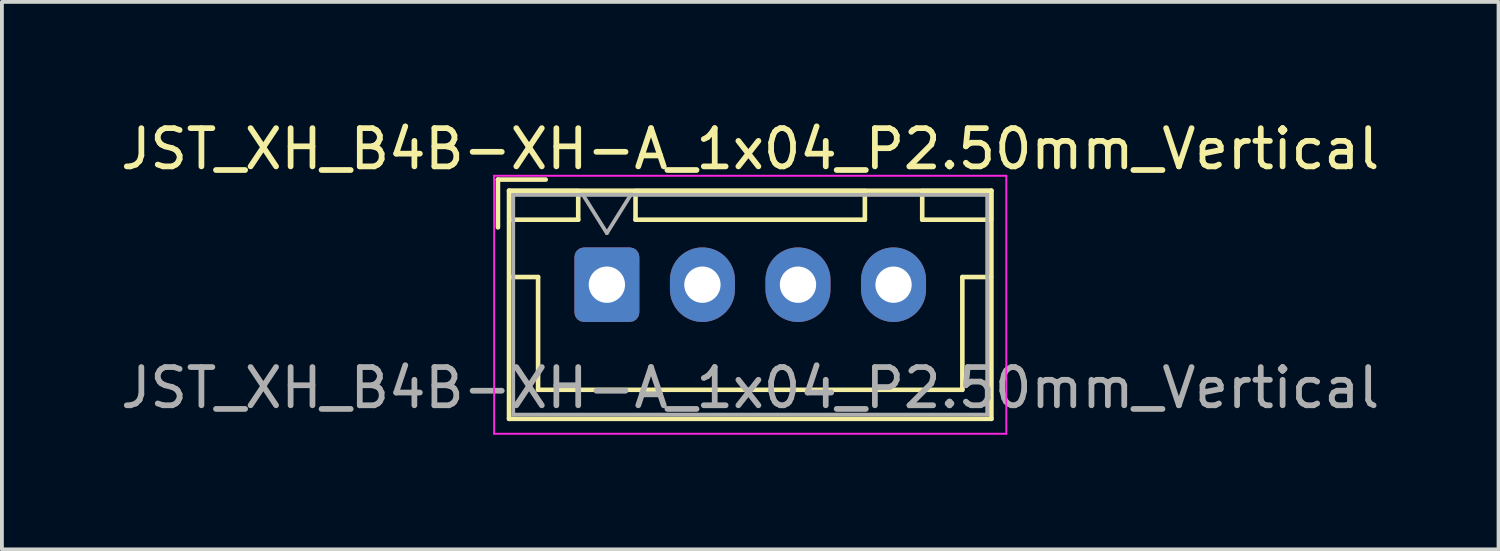
<source format=kicad_pcb>
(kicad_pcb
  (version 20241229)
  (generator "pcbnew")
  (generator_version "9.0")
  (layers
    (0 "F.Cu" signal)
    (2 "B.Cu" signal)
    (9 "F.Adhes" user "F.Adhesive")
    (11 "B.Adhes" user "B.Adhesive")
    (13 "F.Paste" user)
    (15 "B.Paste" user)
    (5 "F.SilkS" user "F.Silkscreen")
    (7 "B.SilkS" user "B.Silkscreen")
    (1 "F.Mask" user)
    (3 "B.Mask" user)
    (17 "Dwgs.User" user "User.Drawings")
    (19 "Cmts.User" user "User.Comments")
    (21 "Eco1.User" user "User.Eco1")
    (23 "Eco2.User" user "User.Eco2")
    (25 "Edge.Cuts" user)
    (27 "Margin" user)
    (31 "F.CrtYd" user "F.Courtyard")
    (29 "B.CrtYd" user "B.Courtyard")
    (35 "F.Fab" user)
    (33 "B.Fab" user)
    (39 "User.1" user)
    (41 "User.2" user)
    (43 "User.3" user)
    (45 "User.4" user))
  (footprint "JST_XH_B4B-XH-A_1x04_P2.50mm_Vertical"
    (layer "F.Cu")
    (at 12.827 4.398)
    (property "Reference" "JST_XH_B4B-XH-A_1x04_P2.50mm_Vertical" (at 3.75 -3.55 0) (layer "F.SilkS") (effects (font (size 1 1) (thickness 0.15))))
    (attr through_hole)
    (fp_line (start -2.85 -2.75) (end -2.85 -1.5) (stroke (width 0.12) (type solid)) (layer "F.SilkS"))
    (fp_line (start -2.56 -2.46) (end -2.56 3.51) (stroke (width 0.12) (type solid)) (layer "F.SilkS"))
    (fp_line (start -2.56 3.51) (end 10.06 3.51) (stroke (width 0.12) (type solid)) (layer "F.SilkS"))
    (fp_line (start -2.55 -2.45) (end -2.55 -1.7) (stroke (width 0.12) (type solid)) (layer "F.SilkS"))
    (fp_line (start -2.55 -1.7) (end -0.75 -1.7) (stroke (width 0.12) (type solid)) (layer "F.SilkS"))
    (fp_line (start -2.55 -0.2) (end -1.8 -0.2) (stroke (width 0.12) (type solid)) (layer "F.SilkS"))
    (fp_line (start -1.8 -0.2) (end -1.8 2.75) (stroke (width 0.12) (type solid)) (layer "F.SilkS"))
    (fp_line (start -1.8 2.75) (end 3.75 2.75) (stroke (width 0.12) (type solid)) (layer "F.SilkS"))
    (fp_line (start -1.6 -2.75) (end -2.85 -2.75) (stroke (width 0.12) (type solid)) (layer "F.SilkS"))
    (fp_line (start -0.75 -2.45) (end -2.55 -2.45) (stroke (width 0.12) (type solid)) (layer "F.SilkS"))
    (fp_line (start -0.75 -1.7) (end -0.75 -2.45) (stroke (width 0.12) (type solid)) (layer "F.SilkS"))
    (fp_line (start 0.75 -2.45) (end 0.75 -1.7) (stroke (width 0.12) (type solid)) (layer "F.SilkS"))
    (fp_line (start 0.75 -1.7) (end 6.75 -1.7) (stroke (width 0.12) (type solid)) (layer "F.SilkS"))
    (fp_line (start 6.75 -2.45) (end 0.75 -2.45) (stroke (width 0.12) (type solid)) (layer "F.SilkS"))
    (fp_line (start 6.75 -1.7) (end 6.75 -2.45) (stroke (width 0.12) (type solid)) (layer "F.SilkS"))
    (fp_line (start 8.25 -2.45) (end 8.25 -1.7) (stroke (width 0.12) (type solid)) (layer "F.SilkS"))
    (fp_line (start 8.25 -1.7) (end 10.05 -1.7) (stroke (width 0.12) (type solid)) (layer "F.SilkS"))
    (fp_line (start 9.3 -0.2) (end 9.3 2.75) (stroke (width 0.12) (type solid)) (layer "F.SilkS"))
    (fp_line (start 9.3 2.75) (end 3.75 2.75) (stroke (width 0.12) (type solid)) (layer "F.SilkS"))
    (fp_line (start 10.05 -2.45) (end 8.25 -2.45) (stroke (width 0.12) (type solid)) (layer "F.SilkS"))
    (fp_line (start 10.05 -1.7) (end 10.05 -2.45) (stroke (width 0.12) (type solid)) (layer "F.SilkS"))
    (fp_line (start 10.05 -0.2) (end 9.3 -0.2) (stroke (width 0.12) (type solid)) (layer "F.SilkS"))
    (fp_line (start 10.06 -2.46) (end -2.56 -2.46) (stroke (width 0.12) (type solid)) (layer "F.SilkS"))
    (fp_line (start 10.06 3.51) (end 10.06 -2.46) (stroke (width 0.12) (type solid)) (layer "F.SilkS"))
    (fp_line (start -2.95 -2.85) (end -2.95 3.9) (stroke (width 0.05) (type solid)) (layer "F.CrtYd"))
    (fp_line (start -2.95 3.9) (end 10.45 3.9) (stroke (width 0.05) (type solid)) (layer "F.CrtYd"))
    (fp_line (start 10.45 -2.85) (end -2.95 -2.85) (stroke (width 0.05) (type solid)) (layer "F.CrtYd"))
    (fp_line (start 10.45 3.9) (end 10.45 -2.85) (stroke (width 0.05) (type solid)) (layer "F.CrtYd"))
    (fp_line (start -2.45 -2.35) (end -2.45 3.4) (stroke (width 0.1) (type solid)) (layer "F.Fab"))
    (fp_line (start -2.45 3.4) (end 9.95 3.4) (stroke (width 0.1) (type solid)) (layer "F.Fab"))
    (fp_line (start -0.625 -2.35) (end 0 -1.35) (stroke (width 0.1) (type solid)) (layer "F.Fab"))
    (fp_line (start 0 -1.35) (end 0.625 -2.35) (stroke (width 0.1) (type solid)) (layer "F.Fab"))
    (fp_line (start 9.95 -2.35) (end -2.45 -2.35) (stroke (width 0.1) (type solid)) (layer "F.Fab"))
    (fp_line (start 9.95 3.4) (end 9.95 -2.35) (stroke (width 0.1) (type solid)) (layer "F.Fab"))
    (fp_text user "${REFERENCE}" (at 3.75 2.7 0) (layer "F.Fab") (effects (font (size 1 1) (thickness 0.15))))
    (pad "1" thru_hole roundrect (at 0 0) (size 1.7 1.95) (drill 0.95) (layers "*.Cu" "*.Mask") (roundrect_rratio 0.147))
    (pad "2" thru_hole oval (at 2.5 0) (size 1.7 1.95) (drill 0.95) (layers "*.Cu" "*.Mask"))
    (pad "3" thru_hole oval (at 5 0) (size 1.7 1.95) (drill 0.95) (layers "*.Cu" "*.Mask"))
    (pad "4" thru_hole oval (at 7.5 0) (size 1.7 1.95) (drill 0.95) (layers "*.Cu" "*.Mask")))
  (gr_rect
    (start -3 -3)
    (end 36.155 11.323)
    (stroke (width 0.1) (type default))
    (fill no)
    (layer "Edge.Cuts")))
</source>
